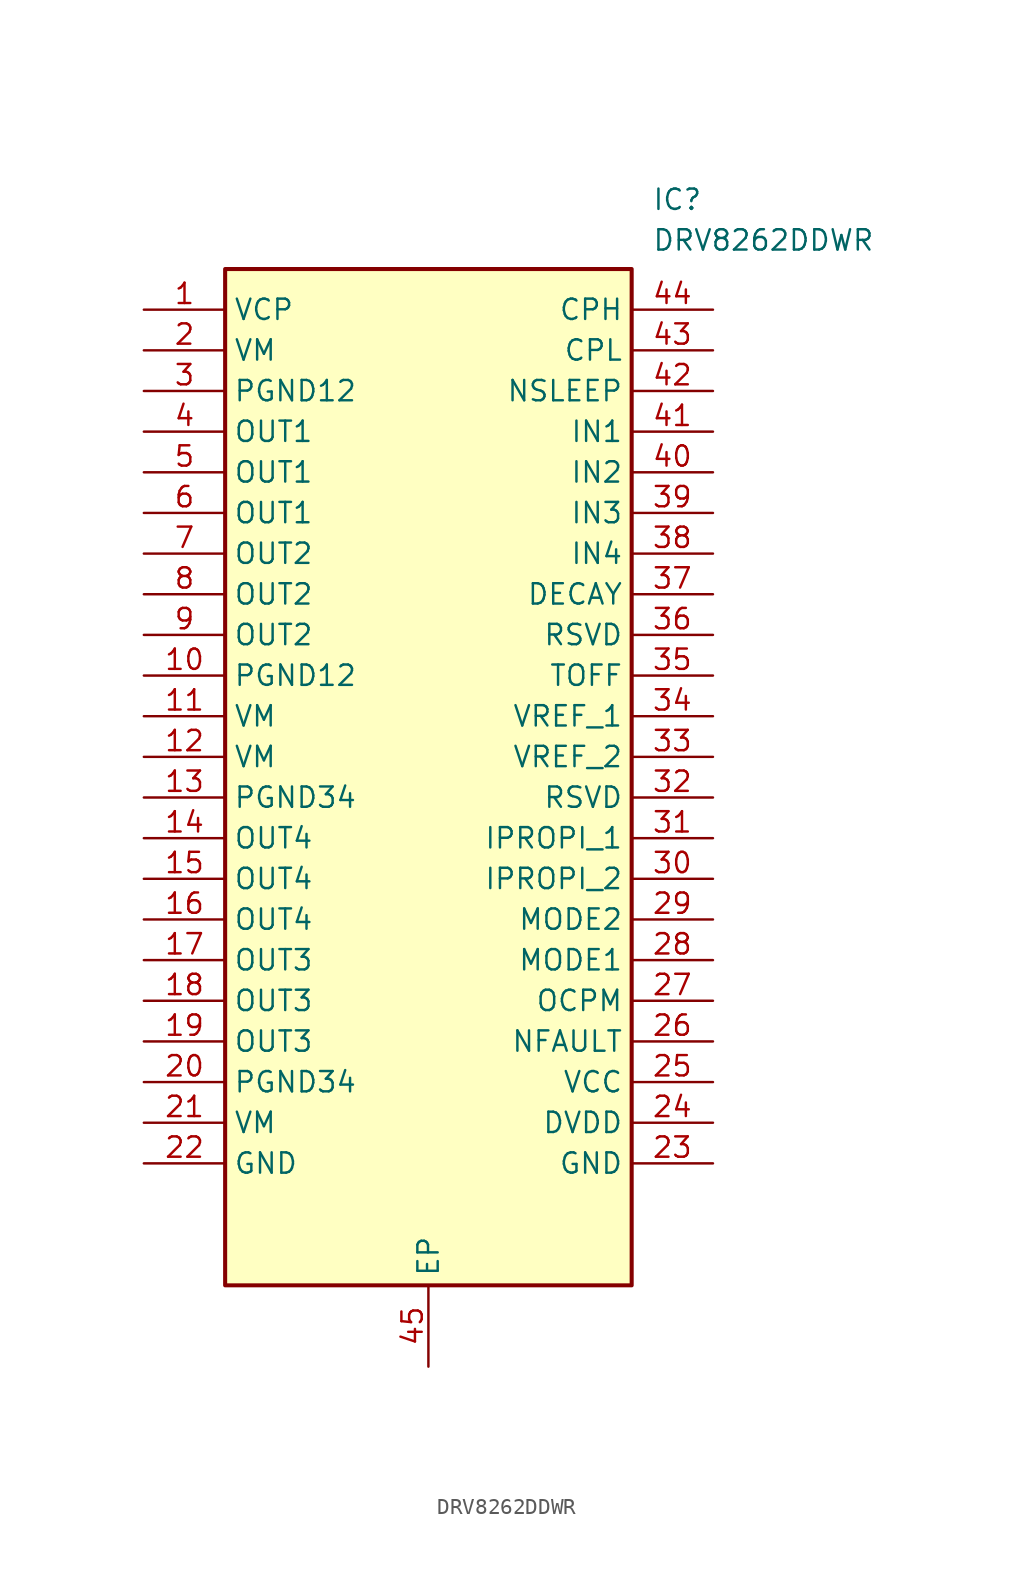
<source format=kicad_sym>
(kicad_symbol_lib
  (version 20231120)
  (generator "kicad_symbol_editor")
  (generator_version "8.0")
  (symbol "DRV8262DDWR"
    (property "Reference" "IC"
      (at 31.75 7.62 0)
      (effects (font (size 1.27 1.27)) (justify left top)))
    (property "Value" "DRV8262DDWR"
      (at 31.75 5.08 0)
      (effects (font (size 1.27 1.27)) (justify left top)))
    (symbol "DRV8262DDWR_1_1"
      (rectangle (start 5.08 2.54) (end 30.48 -60.96) (stroke (width 0.254) (type default)) (fill (type background)))
      (pin passive line (at 0 0 0) (length 5.08) (name "VCP" (effects (font (size 1.27 1.27)))) (number "1" (effects (font (size 1.27 1.27)))))
      (pin passive line (at 0 -22.86 0) (length 5.08) (name "PGND12" (effects (font (size 1.27 1.27)))) (number "10" (effects (font (size 1.27 1.27)))))
      (pin passive line (at 0 -25.4 0) (length 5.08) (name "VM" (effects (font (size 1.27 1.27)))) (number "11" (effects (font (size 1.27 1.27)))))
      (pin passive line (at 0 -27.94 0) (length 5.08) (name "VM" (effects (font (size 1.27 1.27)))) (number "12" (effects (font (size 1.27 1.27)))))
      (pin passive line (at 0 -30.48 0) (length 5.08) (name "PGND34" (effects (font (size 1.27 1.27)))) (number "13" (effects (font (size 1.27 1.27)))))
      (pin passive line (at 0 -33.02 0) (length 5.08) (name "OUT4" (effects (font (size 1.27 1.27)))) (number "14" (effects (font (size 1.27 1.27)))))
      (pin passive line (at 0 -35.56 0) (length 5.08) (name "OUT4" (effects (font (size 1.27 1.27)))) (number "15" (effects (font (size 1.27 1.27)))))
      (pin passive line (at 0 -38.1 0) (length 5.08) (name "OUT4" (effects (font (size 1.27 1.27)))) (number "16" (effects (font (size 1.27 1.27)))))
      (pin passive line (at 0 -40.64 0) (length 5.08) (name "OUT3" (effects (font (size 1.27 1.27)))) (number "17" (effects (font (size 1.27 1.27)))))
      (pin passive line (at 0 -43.18 0) (length 5.08) (name "OUT3" (effects (font (size 1.27 1.27)))) (number "18" (effects (font (size 1.27 1.27)))))
      (pin passive line (at 0 -45.72 0) (length 5.08) (name "OUT3" (effects (font (size 1.27 1.27)))) (number "19" (effects (font (size 1.27 1.27)))))
      (pin passive line (at 0 -2.54 0) (length 5.08) (name "VM" (effects (font (size 1.27 1.27)))) (number "2" (effects (font (size 1.27 1.27)))))
      (pin passive line (at 0 -48.26 0) (length 5.08) (name "PGND34" (effects (font (size 1.27 1.27)))) (number "20" (effects (font (size 1.27 1.27)))))
      (pin passive line (at 0 -50.8 0) (length 5.08) (name "VM" (effects (font (size 1.27 1.27)))) (number "21" (effects (font (size 1.27 1.27)))))
      (pin passive line (at 0 -53.34 0) (length 5.08) (name "GND" (effects (font (size 1.27 1.27)))) (number "22" (effects (font (size 1.27 1.27)))))
      (pin passive line (at 35.56 -53.34 180) (length 5.08) (name "GND" (effects (font (size 1.27 1.27)))) (number "23" (effects (font (size 1.27 1.27)))))
      (pin passive line (at 35.56 -50.8 180) (length 5.08) (name "DVDD" (effects (font (size 1.27 1.27)))) (number "24" (effects (font (size 1.27 1.27)))))
      (pin passive line (at 35.56 -48.26 180) (length 5.08) (name "VCC" (effects (font (size 1.27 1.27)))) (number "25" (effects (font (size 1.27 1.27)))))
      (pin passive line (at 35.56 -45.72 180) (length 5.08) (name "NFAULT" (effects (font (size 1.27 1.27)))) (number "26" (effects (font (size 1.27 1.27)))))
      (pin passive line (at 35.56 -43.18 180) (length 5.08) (name "OCPM" (effects (font (size 1.27 1.27)))) (number "27" (effects (font (size 1.27 1.27)))))
      (pin passive line (at 35.56 -40.64 180) (length 5.08) (name "MODE1" (effects (font (size 1.27 1.27)))) (number "28" (effects (font (size 1.27 1.27)))))
      (pin passive line (at 35.56 -38.1 180) (length 5.08) (name "MODE2" (effects (font (size 1.27 1.27)))) (number "29" (effects (font (size 1.27 1.27)))))
      (pin passive line (at 0 -5.08 0) (length 5.08) (name "PGND12" (effects (font (size 1.27 1.27)))) (number "3" (effects (font (size 1.27 1.27)))))
      (pin passive line (at 35.56 -35.56 180) (length 5.08) (name "IPROPI_2" (effects (font (size 1.27 1.27)))) (number "30" (effects (font (size 1.27 1.27)))))
      (pin passive line (at 35.56 -33.02 180) (length 5.08) (name "IPROPI_1" (effects (font (size 1.27 1.27)))) (number "31" (effects (font (size 1.27 1.27)))))
      (pin passive line (at 35.56 -30.48 180) (length 5.08) (name "RSVD" (effects (font (size 1.27 1.27)))) (number "32" (effects (font (size 1.27 1.27)))))
      (pin passive line (at 35.56 -27.94 180) (length 5.08) (name "VREF_2" (effects (font (size 1.27 1.27)))) (number "33" (effects (font (size 1.27 1.27)))))
      (pin passive line (at 35.56 -25.4 180) (length 5.08) (name "VREF_1" (effects (font (size 1.27 1.27)))) (number "34" (effects (font (size 1.27 1.27)))))
      (pin passive line (at 35.56 -22.86 180) (length 5.08) (name "TOFF" (effects (font (size 1.27 1.27)))) (number "35" (effects (font (size 1.27 1.27)))))
      (pin passive line (at 35.56 -20.32 180) (length 5.08) (name "RSVD" (effects (font (size 1.27 1.27)))) (number "36" (effects (font (size 1.27 1.27)))))
      (pin passive line (at 35.56 -17.78 180) (length 5.08) (name "DECAY" (effects (font (size 1.27 1.27)))) (number "37" (effects (font (size 1.27 1.27)))))
      (pin passive line (at 35.56 -15.24 180) (length 5.08) (name "IN4" (effects (font (size 1.27 1.27)))) (number "38" (effects (font (size 1.27 1.27)))))
      (pin passive line (at 35.56 -12.7 180) (length 5.08) (name "IN3" (effects (font (size 1.27 1.27)))) (number "39" (effects (font (size 1.27 1.27)))))
      (pin passive line (at 0 -7.62 0) (length 5.08) (name "OUT1" (effects (font (size 1.27 1.27)))) (number "4" (effects (font (size 1.27 1.27)))))
      (pin passive line (at 35.56 -10.16 180) (length 5.08) (name "IN2" (effects (font (size 1.27 1.27)))) (number "40" (effects (font (size 1.27 1.27)))))
      (pin passive line (at 35.56 -7.62 180) (length 5.08) (name "IN1" (effects (font (size 1.27 1.27)))) (number "41" (effects (font (size 1.27 1.27)))))
      (pin passive line (at 35.56 -5.08 180) (length 5.08) (name "NSLEEP" (effects (font (size 1.27 1.27)))) (number "42" (effects (font (size 1.27 1.27)))))
      (pin passive line (at 35.56 -2.54 180) (length 5.08) (name "CPL" (effects (font (size 1.27 1.27)))) (number "43" (effects (font (size 1.27 1.27)))))
      (pin passive line (at 35.56 0 180) (length 5.08) (name "CPH" (effects (font (size 1.27 1.27)))) (number "44" (effects (font (size 1.27 1.27)))))
      (pin passive line (at 17.78 -66.04 90) (length 5.08) (name "EP" (effects (font (size 1.27 1.27)))) (number "45" (effects (font (size 1.27 1.27)))))
      (pin passive line (at 0 -10.16 0) (length 5.08) (name "OUT1" (effects (font (size 1.27 1.27)))) (number "5" (effects (font (size 1.27 1.27)))))
      (pin passive line (at 0 -12.7 0) (length 5.08) (name "OUT1" (effects (font (size 1.27 1.27)))) (number "6" (effects (font (size 1.27 1.27)))))
      (pin passive line (at 0 -15.24 0) (length 5.08) (name "OUT2" (effects (font (size 1.27 1.27)))) (number "7" (effects (font (size 1.27 1.27)))))
      (pin passive line (at 0 -17.78 0) (length 5.08) (name "OUT2" (effects (font (size 1.27 1.27)))) (number "8" (effects (font (size 1.27 1.27)))))
      (pin passive line (at 0 -20.32 0) (length 5.08) (name "OUT2" (effects (font (size 1.27 1.27)))) (number "9" (effects (font (size 1.27 1.27))))))))
</source>
